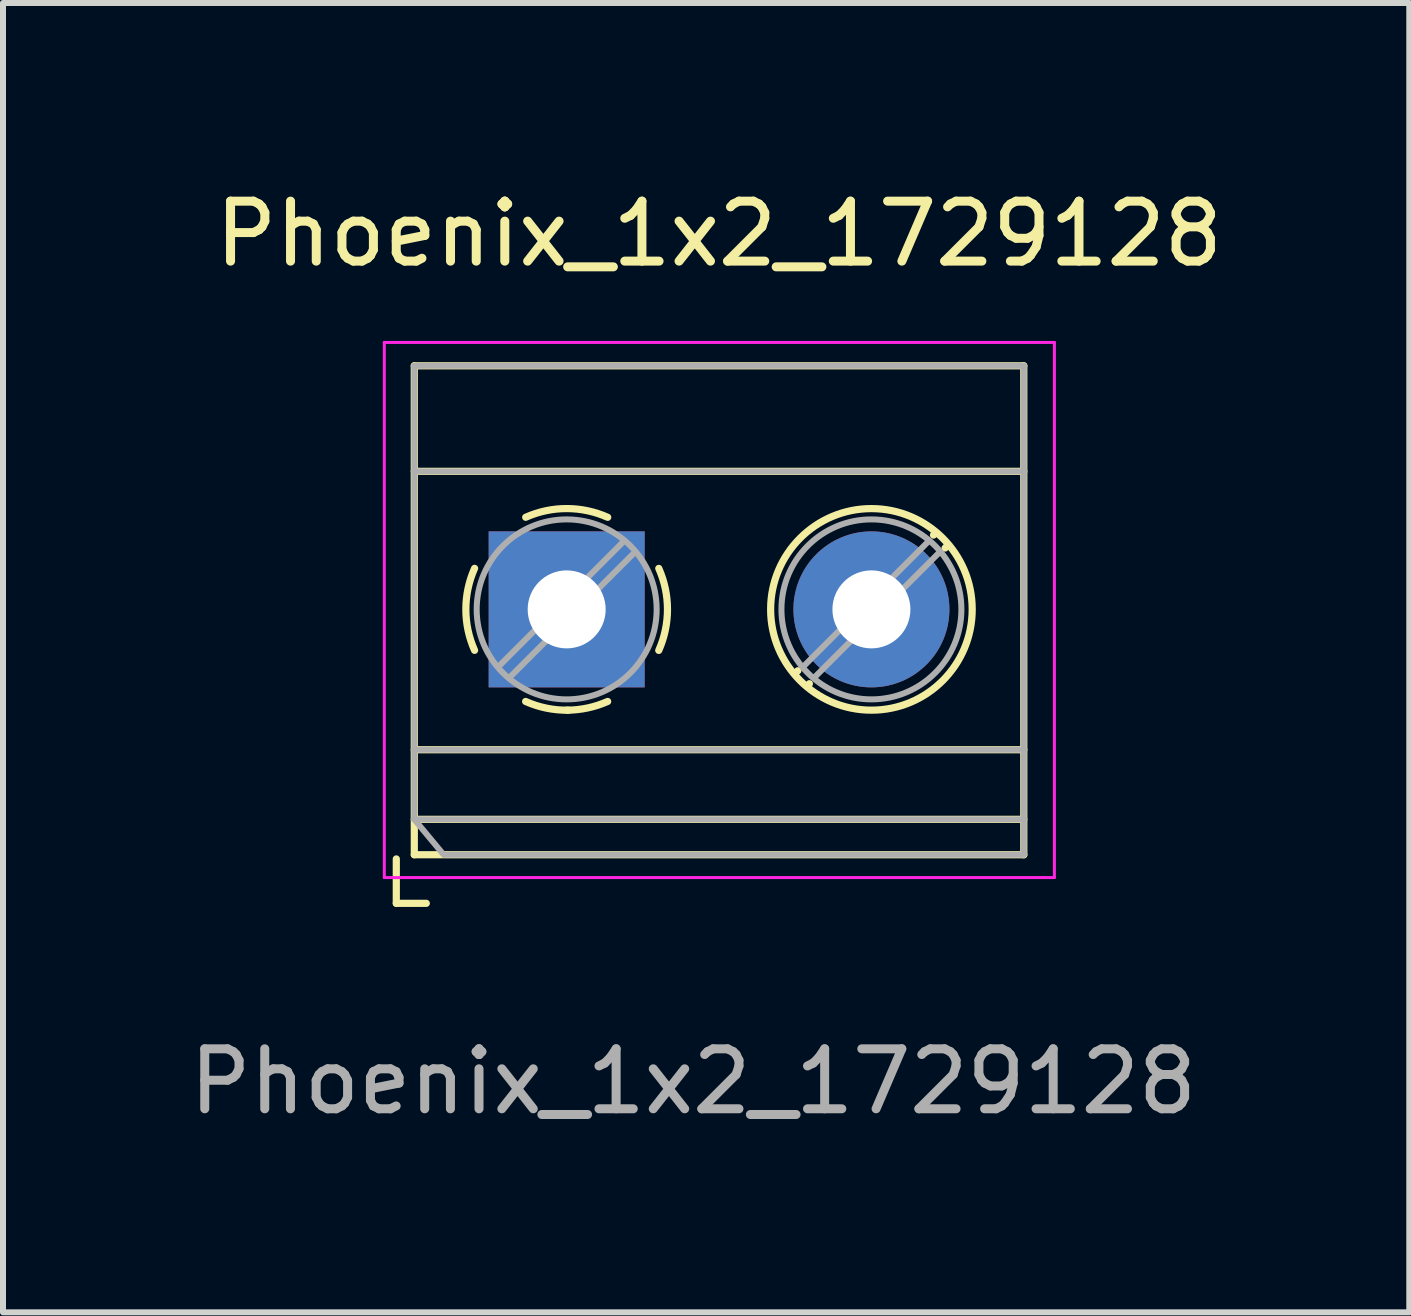
<source format=kicad_pcb>
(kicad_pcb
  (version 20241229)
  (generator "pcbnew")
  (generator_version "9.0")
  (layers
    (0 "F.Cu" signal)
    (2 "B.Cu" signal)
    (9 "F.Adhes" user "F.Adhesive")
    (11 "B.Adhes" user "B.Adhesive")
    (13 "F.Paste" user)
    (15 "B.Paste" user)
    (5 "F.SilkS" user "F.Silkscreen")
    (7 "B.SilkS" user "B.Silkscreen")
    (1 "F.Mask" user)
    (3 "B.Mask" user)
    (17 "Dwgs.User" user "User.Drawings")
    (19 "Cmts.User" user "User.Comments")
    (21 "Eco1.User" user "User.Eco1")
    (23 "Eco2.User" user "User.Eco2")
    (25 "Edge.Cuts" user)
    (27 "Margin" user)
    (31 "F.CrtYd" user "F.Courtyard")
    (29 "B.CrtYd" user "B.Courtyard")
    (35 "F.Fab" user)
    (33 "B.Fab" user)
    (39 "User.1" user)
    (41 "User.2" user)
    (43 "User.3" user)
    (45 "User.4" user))
  (footprint "Phoenix_1x2_1729128"
    (layer "F.Cu")
    (at 6.396 7.108)
    (property "Reference" "Phoenix_1x2_1729128" (at 2.54 -6.26 0) (layer "F.SilkS") (effects (font (size 1 1) (thickness 0.15))))
    (attr through_hole)
    (fp_line (start -2.84 4.16) (end -2.84 4.9) (stroke (width 0.12) (type solid)) (layer "F.SilkS"))
    (fp_line (start -2.84 4.9) (end -2.34 4.9) (stroke (width 0.12) (type solid)) (layer "F.SilkS"))
    (fp_line (start -2.54 -4.06) (end -2.54 4.09) (stroke (width 0.12) (type solid)) (layer "F.SilkS"))
    (fp_line (start -2.54 -4.06) (end 7.62 -4.06) (stroke (width 0.12) (type solid)) (layer "F.SilkS"))
    (fp_line (start -2.54 -2.301) (end 7.62 -2.301) (stroke (width 0.12) (type solid)) (layer "F.SilkS"))
    (fp_line (start -2.54 2.34) (end 7.62 2.34) (stroke (width 0.12) (type solid)) (layer "F.SilkS"))
    (fp_line (start -2.54 3.5) (end 7.62 3.5) (stroke (width 0.12) (type solid)) (layer "F.SilkS"))
    (fp_line (start -2.54 4.09) (end 7.62 4.09) (stroke (width 0.12) (type solid)) (layer "F.SilkS"))
    (fp_line (start 3.853 1.023) (end 3.806 1.069) (stroke (width 0.12) (type solid)) (layer "F.SilkS"))
    (fp_line (start 4.046 1.239) (end 4.011 1.274) (stroke (width 0.12) (type solid)) (layer "F.SilkS"))
    (fp_line (start 6.15 -1.275) (end 6.115 -1.239) (stroke (width 0.12) (type solid)) (layer "F.SilkS"))
    (fp_line (start 6.355 -1.069) (end 6.308 -1.023) (stroke (width 0.12) (type solid)) (layer "F.SilkS"))
    (fp_line (start 7.62 -4.06) (end 7.62 4.09) (stroke (width 0.12) (type solid)) (layer "F.SilkS"))
    (fp_arc (start -1.535427 0.683042) (mid -1.680501 -0.000524) (end -1.535 -0.684) (stroke (width 0.12) (type solid)) (layer "F.SilkS"))
    (fp_arc (start -0.683042 -1.535427) (mid 0.000524 -1.680501) (end 0.684 -1.535) (stroke (width 0.12) (type solid)) (layer "F.SilkS"))
    (fp_arc (start 0.028805 1.680253) (mid -0.335551 1.646659) (end -0.684 1.535) (stroke (width 0.12) (type solid)) (layer "F.SilkS"))
    (fp_arc (start 0.683318 1.534756) (mid 0.349292 1.643288) (end 0 1.68) (stroke (width 0.12) (type solid)) (layer "F.SilkS"))
    (fp_arc (start 1.535427 -0.683042) (mid 1.680501 0.000524) (end 1.535 0.684) (stroke (width 0.12) (type solid)) (layer "F.SilkS"))
    (fp_circle (center 5.08 0) (end 6.76 0) (stroke (width 0.12) (type solid)) (fill no) (layer "F.SilkS"))
    (fp_line (start -3.04 -4.45) (end -3.04 4.47) (stroke (width 0.05) (type solid)) (layer "F.CrtYd"))
    (fp_line (start -3.04 4.47) (end 8.13 4.47) (stroke (width 0.05) (type solid)) (layer "F.CrtYd"))
    (fp_line (start 8.13 -4.45) (end -3.04 -4.45) (stroke (width 0.05) (type solid)) (layer "F.CrtYd"))
    (fp_line (start 8.13 4.47) (end 8.13 -4.45) (stroke (width 0.05) (type solid)) (layer "F.CrtYd"))
    (fp_line (start -2.54 -4.06) (end 7.62 -4.06) (stroke (width 0.1) (type solid)) (layer "F.Fab"))
    (fp_line (start -2.54 -2.3) (end 7.62 -2.3) (stroke (width 0.1) (type solid)) (layer "F.Fab"))
    (fp_line (start -2.54 2.34) (end 7.62 2.34) (stroke (width 0.1) (type solid)) (layer "F.Fab"))
    (fp_line (start -2.54 3.5) (end -2.54 -4.06) (stroke (width 0.1) (type solid)) (layer "F.Fab"))
    (fp_line (start -2.54 3.5) (end 7.62 3.5) (stroke (width 0.1) (type solid)) (layer "F.Fab"))
    (fp_line (start -2.05 4.09) (end -2.54 3.5) (stroke (width 0.1) (type solid)) (layer "F.Fab"))
    (fp_line (start 0.955 -1.138) (end -1.138 0.955) (stroke (width 0.1) (type solid)) (layer "F.Fab"))
    (fp_line (start 1.138 -0.955) (end -0.955 1.138) (stroke (width 0.1) (type solid)) (layer "F.Fab"))
    (fp_line (start 6.035 -1.138) (end 3.943 0.955) (stroke (width 0.1) (type solid)) (layer "F.Fab"))
    (fp_line (start 6.218 -0.955) (end 4.126 1.138) (stroke (width 0.1) (type solid)) (layer "F.Fab"))
    (fp_line (start 7.62 -4.06) (end 7.62 4.09) (stroke (width 0.1) (type solid)) (layer "F.Fab"))
    (fp_line (start 7.62 4.09) (end -2.04 4.09) (stroke (width 0.1) (type solid)) (layer "F.Fab"))
    (fp_circle (center 0 0) (end 1.5 0) (stroke (width 0.1) (type solid)) (fill no) (layer "F.Fab"))
    (fp_circle (center 5.08 0) (end 6.58 0) (stroke (width 0.1) (type solid)) (fill no) (layer "F.Fab"))
    (fp_text user "${REFERENCE}" (at 2.11 7.87 0) (layer "F.Fab") (effects (font (size 1 1) (thickness 0.15))))
    (pad "1" thru_hole rect (at 0 0) (size 2.6 2.6) (drill 1.3) (layers "*.Cu" "*.Mask"))
    (pad "2" thru_hole circle (at 5.08 0) (size 2.6 2.6) (drill 1.3) (layers "*.Cu" "*.Mask")))
  (gr_rect
    (start -3 -3)
    (end 20.442 18.826)
    (stroke (width 0.1) (type default))
    (fill no)
    (layer "Edge.Cuts")))
</source>
